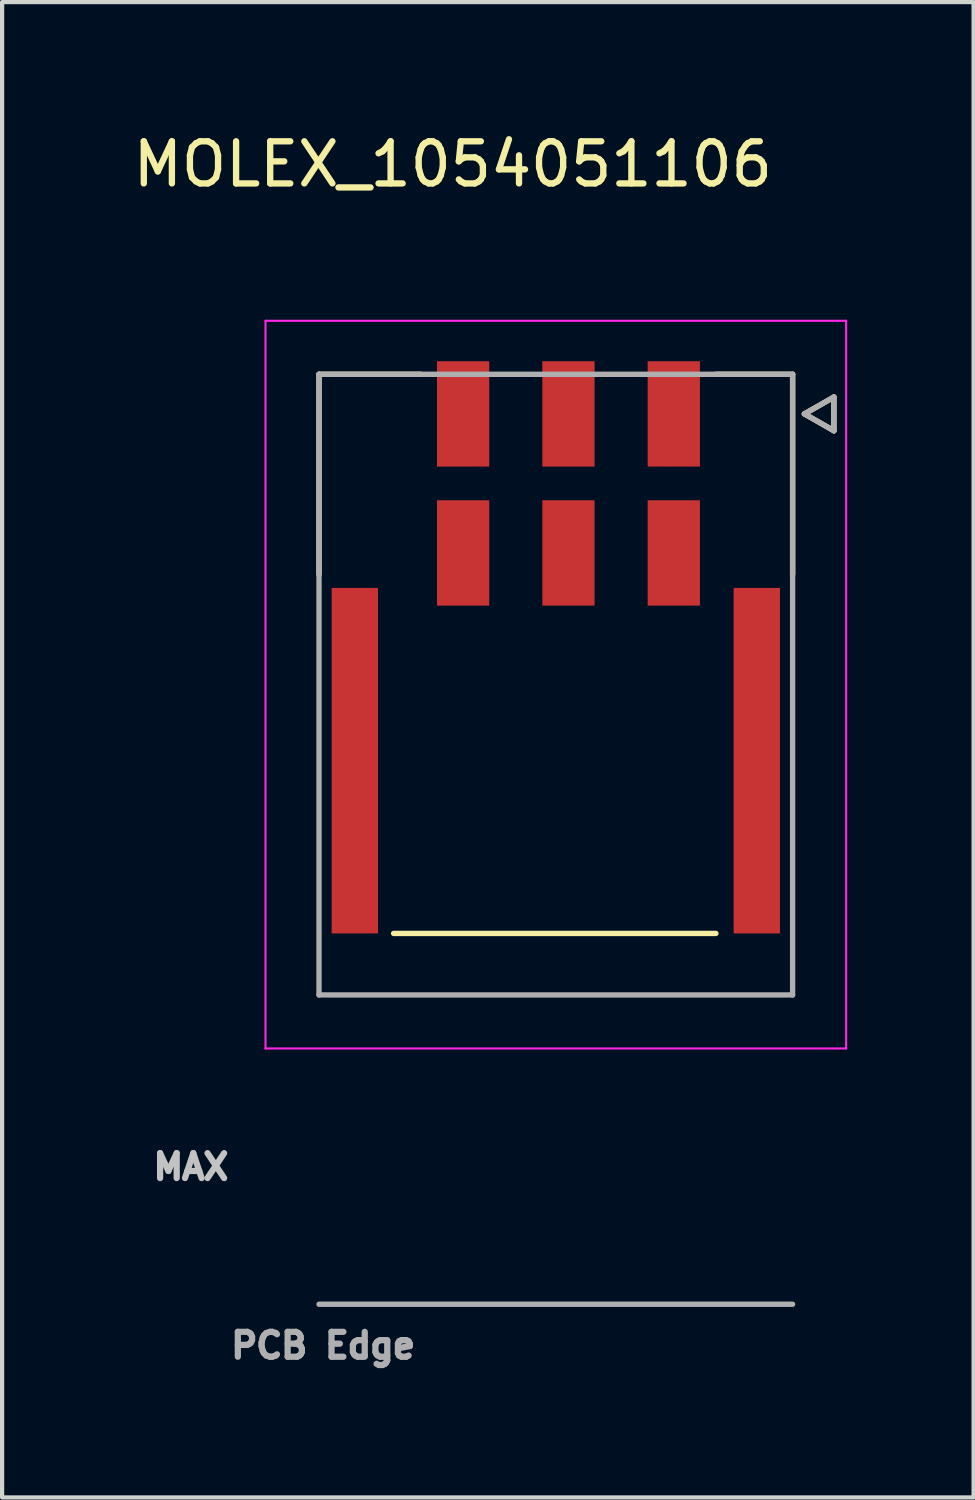
<source format=kicad_pcb>
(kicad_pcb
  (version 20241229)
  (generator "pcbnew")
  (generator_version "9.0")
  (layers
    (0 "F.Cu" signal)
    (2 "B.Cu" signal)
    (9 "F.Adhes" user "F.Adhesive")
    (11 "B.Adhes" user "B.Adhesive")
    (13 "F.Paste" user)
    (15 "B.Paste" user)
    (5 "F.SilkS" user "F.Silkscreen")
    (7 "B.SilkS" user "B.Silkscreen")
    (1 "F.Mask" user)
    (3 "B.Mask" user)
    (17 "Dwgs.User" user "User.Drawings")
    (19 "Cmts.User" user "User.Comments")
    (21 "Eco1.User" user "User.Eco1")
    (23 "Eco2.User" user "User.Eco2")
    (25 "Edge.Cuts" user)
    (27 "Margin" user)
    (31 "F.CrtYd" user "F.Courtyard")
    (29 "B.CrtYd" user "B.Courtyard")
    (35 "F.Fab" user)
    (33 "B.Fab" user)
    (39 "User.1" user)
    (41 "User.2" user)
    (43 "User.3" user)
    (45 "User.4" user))
  (footprint "MOLEX_1054051106"
    (layer "F.Cu")
    (at 10.141 13.198)
    (property "Reference" "MOLEX_1054051106" (at -2.445 -12.35 0) (layer "F.SilkS") (effects (font (size 1 1) (thickness 0.15))))
    (attr smd)
    (fp_poly (pts (xy -5.396 -2.371) (xy -4.144 -2.371) (xy -4.144 5.981) (xy -5.396 5.981)) (stroke (width 0.01) (type solid)) (fill yes) (layer "F.Mask"))
    (fp_poly (pts (xy -2.896 -7.751) (xy -1.504 -7.751) (xy -1.504 -5.099) (xy -2.896 -5.099)) (stroke (width 0.01) (type solid)) (fill yes) (layer "F.Mask"))
    (fp_poly (pts (xy -2.896 -4.451) (xy -1.504 -4.451) (xy -1.504 -1.799) (xy -2.896 -1.799)) (stroke (width 0.01) (type solid)) (fill yes) (layer "F.Mask"))
    (fp_poly (pts (xy -0.396 -7.751) (xy 0.996 -7.751) (xy 0.996 -5.099) (xy -0.396 -5.099)) (stroke (width 0.01) (type solid)) (fill yes) (layer "F.Mask"))
    (fp_poly (pts (xy -0.396 -4.451) (xy 0.996 -4.451) (xy 0.996 -1.799) (xy -0.396 -1.799)) (stroke (width 0.01) (type solid)) (fill yes) (layer "F.Mask"))
    (fp_poly (pts (xy 2.104 -7.751) (xy 3.496 -7.751) (xy 3.496 -5.099) (xy 2.104 -5.099)) (stroke (width 0.01) (type solid)) (fill yes) (layer "F.Mask"))
    (fp_poly (pts (xy 2.104 -4.451) (xy 3.496 -4.451) (xy 3.496 -1.799) (xy 2.104 -1.799)) (stroke (width 0.01) (type solid)) (fill yes) (layer "F.Mask"))
    (fp_poly (pts (xy 4.144 -2.371) (xy 5.396 -2.371) (xy 5.396 5.981) (xy 4.144 5.981)) (stroke (width 0.01) (type solid)) (fill yes) (layer "F.Mask"))
    (fp_line (start -5.62 -7.365) (end -5.62 -2.615) (stroke (width 0.127) (type solid)) (layer "F.SilkS"))
    (fp_line (start -5.62 -7.365) (end -3.2 -7.365) (stroke (width 0.127) (type solid)) (layer "F.SilkS"))
    (fp_line (start 3.8 -7.365) (end 5.62 -7.365) (stroke (width 0.127) (type solid)) (layer "F.SilkS"))
    (fp_line (start 3.8 5.905) (end -3.85 5.905) (stroke (width 0.127) (type solid)) (layer "F.SilkS"))
    (fp_line (start 5.62 -7.365) (end 5.62 -2.615) (stroke (width 0.127) (type solid)) (layer "F.SilkS"))
    (fp_line (start 5.9 -6.425) (end 6.6 -6.025) (stroke (width 0.127) (type solid)) (layer "F.SilkS"))
    (fp_line (start 6.6 -6.825) (end 5.9 -6.425) (stroke (width 0.127) (type solid)) (layer "F.SilkS"))
    (fp_line (start 6.6 -6.025) (end 6.6 -6.825) (stroke (width 0.127) (type solid)) (layer "F.SilkS"))
    (fp_line (start -6.89 -8.635) (end 6.89 -8.635) (stroke (width 0.05) (type solid)) (layer "F.CrtYd"))
    (fp_line (start -6.89 8.635) (end -6.89 -8.635) (stroke (width 0.05) (type solid)) (layer "F.CrtYd"))
    (fp_line (start -6.89 8.635) (end 6.89 8.635) (stroke (width 0.05) (type solid)) (layer "F.CrtYd"))
    (fp_line (start 6.89 -8.635) (end 6.89 8.635) (stroke (width 0.05) (type solid)) (layer "F.CrtYd"))
    (fp_line (start -5.62 -7.365) (end 5.62 -7.365) (stroke (width 0.127) (type solid)) (layer "F.Fab"))
    (fp_line (start -5.62 7.365) (end -5.62 -7.365) (stroke (width 0.127) (type solid)) (layer "F.Fab"))
    (fp_line (start -5.62 14.705) (end 5.62 14.705) (stroke (width 0.127) (type solid)) (layer "F.Fab"))
    (fp_line (start 5.62 -7.365) (end 5.62 7.365) (stroke (width 0.127) (type solid)) (layer "F.Fab"))
    (fp_line (start 5.62 7.365) (end -5.62 7.365) (stroke (width 0.127) (type solid)) (layer "F.Fab"))
    (fp_line (start 5.9 -6.425) (end 6.6 -6.025) (stroke (width 0.127) (type solid)) (layer "F.Fab"))
    (fp_line (start 6.6 -6.825) (end 5.9 -6.425) (stroke (width 0.127) (type solid)) (layer "F.Fab"))
    (fp_line (start 6.6 -6.025) (end 6.6 -6.825) (stroke (width 0.127) (type solid)) (layer "F.Fab"))
    (fp_text user "MAX" (at -8.66 11.445 0) (layer "Dwgs.User") (effects (font (size 0.591 0.591) (thickness 0.15))))
    (fp_text user "PCB Edge" (at -5.52 15.685 0) (layer "F.Fab") (effects (font (size 0.591 0.591) (thickness 0.15))))
    (pad "1" smd rect (at 2.8 -6.425) (size 1.24 2.5) (layers "F.Cu" "F.Paste"))
    (pad "2" smd rect (at 0.3 -6.425) (size 1.24 2.5) (layers "F.Cu" "F.Paste"))
    (pad "3" smd rect (at -2.2 -6.425) (size 1.24 2.5) (layers "F.Cu" "F.Paste"))
    (pad "4" smd rect (at 2.8 -3.125) (size 1.24 2.5) (layers "F.Cu" "F.Paste"))
    (pad "5" smd rect (at 0.3 -3.125) (size 1.24 2.5) (layers "F.Cu" "F.Paste"))
    (pad "6" smd rect (at -2.2 -3.125) (size 1.24 2.5) (layers "F.Cu" "F.Paste"))
    (pad "S1" smd rect (at -4.77 1.805) (size 1.1 8.2) (layers "F.Cu" "F.Paste"))
    (pad "S2" smd rect (at 4.77 1.805) (size 1.1 8.2) (layers "F.Cu" "F.Paste")))
  (gr_rect
    (start -3 -3)
    (end 20.056 32.488)
    (stroke (width 0.1) (type default))
    (fill no)
    (layer "Edge.Cuts")))
</source>
